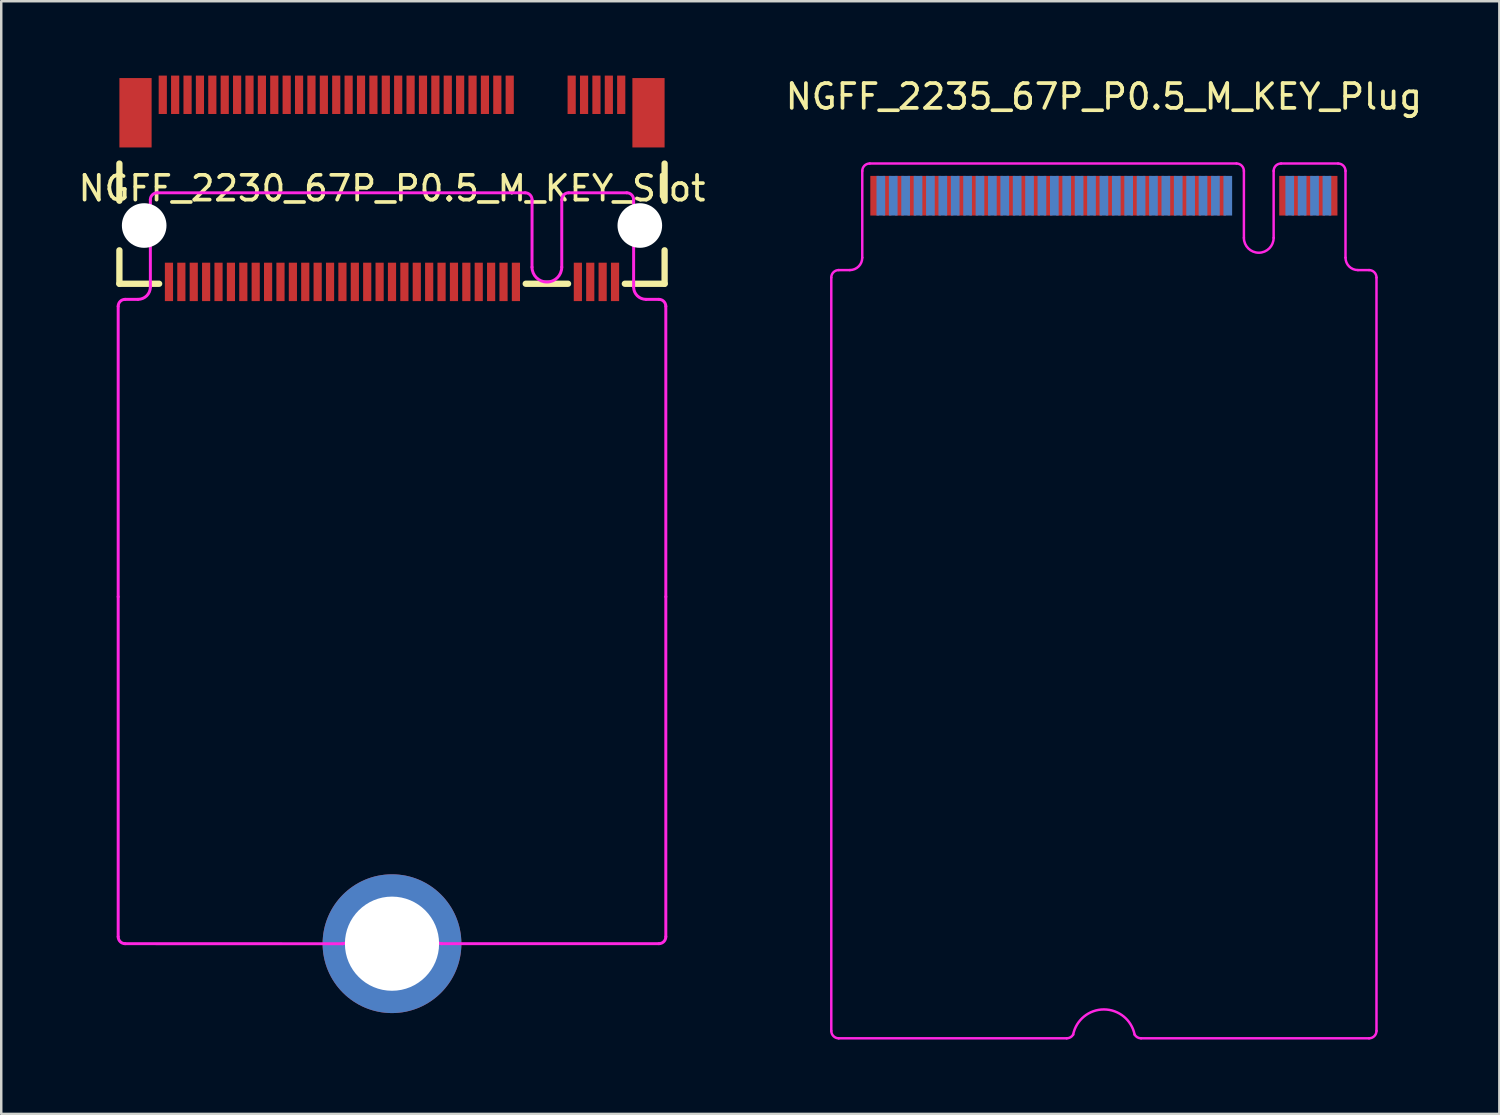
<source format=kicad_pcb>
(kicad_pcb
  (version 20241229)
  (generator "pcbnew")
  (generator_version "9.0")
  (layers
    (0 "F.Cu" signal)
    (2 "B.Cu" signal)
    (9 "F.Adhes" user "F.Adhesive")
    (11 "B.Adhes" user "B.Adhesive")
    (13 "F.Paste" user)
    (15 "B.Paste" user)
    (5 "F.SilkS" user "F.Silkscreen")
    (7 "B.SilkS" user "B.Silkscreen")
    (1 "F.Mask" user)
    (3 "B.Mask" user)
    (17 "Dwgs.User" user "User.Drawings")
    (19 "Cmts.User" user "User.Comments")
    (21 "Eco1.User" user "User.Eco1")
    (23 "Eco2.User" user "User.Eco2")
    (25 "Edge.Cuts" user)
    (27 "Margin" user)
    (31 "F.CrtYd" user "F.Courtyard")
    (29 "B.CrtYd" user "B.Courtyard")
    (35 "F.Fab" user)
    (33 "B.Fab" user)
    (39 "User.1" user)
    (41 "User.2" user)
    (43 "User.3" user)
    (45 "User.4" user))
  (footprint "NGFF_2230_67P_P0.5_M_KEY_Slot"
    (layer "F.Cu")
    (at 12.768 4.55)
    (property "Reference" "NGFF_2230_67P_P0.5_M_KEY_Slot" (at 0 0 0) (layer "F.SilkS") (effects (font (size 1 1) (thickness 0.15))))
    (attr through_hole)
    (fp_line (start -11 0.5) (end -11 -1) (stroke (width 0.254) (type solid)) (layer "F.SilkS"))
    (fp_line (start -11 3.85) (end -11 2.5) (stroke (width 0.254) (type solid)) (layer "F.SilkS"))
    (fp_line (start -11 3.85) (end -9.396 3.85) (stroke (width 0.254) (type solid)) (layer "F.SilkS"))
    (fp_line (start 5.396 3.85) (end 7.104 3.85) (stroke (width 0.254) (type solid)) (layer "F.SilkS"))
    (fp_line (start 9.396 3.85) (end 11 3.85) (stroke (width 0.254) (type solid)) (layer "F.SilkS"))
    (fp_line (start 11 0.5) (end 11 -1) (stroke (width 0.254) (type solid)) (layer "F.SilkS"))
    (fp_line (start 11 3.85) (end 11 2.5) (stroke (width 0.254) (type solid)) (layer "F.SilkS"))
    (fp_line (start -11.049 4.759) (end -11.049 16.48) (stroke (width 0.12) (type solid)) (layer "F.CrtYd"))
    (fp_line (start -11.049 16.48) (end -11.049 30.2) (stroke (width 0.12) (type solid)) (layer "F.CrtYd"))
    (fp_line (start -10.77 30.479) (end -2.004 30.482) (stroke (width 0.12) (type solid)) (layer "F.CrtYd"))
    (fp_line (start -10.25 4.48) (end -10.77 4.48) (stroke (width 0.12) (type solid)) (layer "F.CrtYd"))
    (fp_line (start -9.751 0.459) (end -9.75 3.98) (stroke (width 0.12) (type solid)) (layer "F.CrtYd"))
    (fp_line (start -9.472 0.18) (end 5.372 0.18) (stroke (width 0.12) (type solid)) (layer "F.CrtYd"))
    (fp_line (start 2.004 30.479) (end 10.77 30.479) (stroke (width 0.12) (type solid)) (layer "F.CrtYd"))
    (fp_line (start 5.65 3.18) (end 5.652 0.459) (stroke (width 0.12) (type solid)) (layer "F.CrtYd"))
    (fp_line (start 6.85 3.18) (end 6.85 0.459) (stroke (width 0.12) (type solid)) (layer "F.CrtYd"))
    (fp_line (start 7.13 0.18) (end 9.472 0.18) (stroke (width 0.12) (type solid)) (layer "F.CrtYd"))
    (fp_line (start 9.751 0.459) (end 9.75 3.98) (stroke (width 0.12) (type solid)) (layer "F.CrtYd"))
    (fp_line (start 10.25 4.48) (end 10.77 4.48) (stroke (width 0.12) (type solid)) (layer "F.CrtYd"))
    (fp_line (start 11.049 16.48) (end 11.049 4.757) (stroke (width 0.12) (type solid)) (layer "F.CrtYd"))
    (fp_line (start 11.049 30.2) (end 11.049 16.48) (stroke (width 0.12) (type solid)) (layer "F.CrtYd"))
    (fp_arc (start -11.049 4.75914) (mid -10.967166 4.561574) (end -10.7696 4.47974) (stroke (width 0.12) (type solid)) (layer "F.CrtYd"))
    (fp_arc (start -10.7696 30.47918) (mid -10.967166 30.397346) (end -11.049 30.19978) (stroke (width 0.12) (type solid)) (layer "F.CrtYd"))
    (fp_arc (start -9.75106 0.45892) (mid -9.669226 0.261354) (end -9.47166 0.17952) (stroke (width 0.12) (type solid)) (layer "F.CrtYd"))
    (fp_arc (start -9.75 3.98) (mid -9.896447 4.333553) (end -10.25 4.48) (stroke (width 0.12) (type solid)) (layer "F.CrtYd"))
    (fp_arc (start -1.72506 30.202256) (mid -0.001254 28.732724) (end 1.72466 30.19978) (stroke (width 0.12) (type solid)) (layer "F.CrtYd"))
    (fp_arc (start -1.72466 30.20232) (mid -1.806494 30.399886) (end -2.00406 30.48172) (stroke (width 0.12) (type solid)) (layer "F.CrtYd"))
    (fp_arc (start 2.00406 30.47918) (mid 1.806494 30.397346) (end 1.72466 30.19978) (stroke (width 0.12) (type solid)) (layer "F.CrtYd"))
    (fp_arc (start 5.3721 0.17952) (mid 5.569666 0.261354) (end 5.6515 0.45892) (stroke (width 0.12) (type solid)) (layer "F.CrtYd"))
    (fp_arc (start 6.85 3.18) (mid 6.25 3.78) (end 5.65 3.18) (stroke (width 0.12) (type solid)) (layer "F.CrtYd"))
    (fp_arc (start 6.85038 0.45892) (mid 6.932214 0.261354) (end 7.12978 0.17952) (stroke (width 0.12) (type solid)) (layer "F.CrtYd"))
    (fp_arc (start 9.47166 0.17952) (mid 9.669226 0.261354) (end 9.75106 0.45892) (stroke (width 0.12) (type solid)) (layer "F.CrtYd"))
    (fp_arc (start 10.25 4.48) (mid 9.896447 4.333553) (end 9.75 3.98) (stroke (width 0.12) (type solid)) (layer "F.CrtYd"))
    (fp_arc (start 10.7696 4.48) (mid 10.967166 4.561834) (end 11.049 4.7594) (stroke (width 0.12) (type solid)) (layer "F.CrtYd"))
    (fp_arc (start 11.049 30.19978) (mid 10.967166 30.397346) (end 10.7696 30.47918) (stroke (width 0.12) (type solid)) (layer "F.CrtYd"))
    (pad "" np_thru_hole circle (at -10 1.5) (size 1.8 1.8) (drill 1.8) (layers "*.Cu" "*.Mask"))
    (pad "" np_thru_hole circle (at 10 1.5) (size 1.8 1.8) (drill 1.8) (layers "*.Cu" "*.Mask"))
    (pad "1" smd rect (at -9.25 -3.775) (size 0.33 1.55) (layers "F.Cu" "F.Mask" "F.Paste"))
    (pad "2" smd rect (at -9 3.775) (size 0.33 1.55) (layers "F.Cu" "F.Mask" "F.Paste"))
    (pad "3" smd rect (at -8.75 -3.775) (size 0.33 1.55) (layers "F.Cu" "F.Mask" "F.Paste"))
    (pad "4" smd rect (at -8.5 3.775) (size 0.33 1.55) (layers "F.Cu" "F.Mask" "F.Paste"))
    (pad "5" smd rect (at -8.25 -3.775) (size 0.33 1.55) (layers "F.Cu" "F.Mask" "F.Paste"))
    (pad "6" smd rect (at -8 3.775) (size 0.33 1.55) (layers "F.Cu" "F.Mask" "F.Paste"))
    (pad "7" smd rect (at -7.75 -3.775) (size 0.33 1.55) (layers "F.Cu" "F.Mask" "F.Paste"))
    (pad "8" smd rect (at -7.5 3.775) (size 0.33 1.55) (layers "F.Cu" "F.Mask" "F.Paste"))
    (pad "9" smd rect (at -7.25 -3.775) (size 0.33 1.55) (layers "F.Cu" "F.Mask" "F.Paste"))
    (pad "10" smd rect (at -7 3.775) (size 0.33 1.55) (layers "F.Cu" "F.Mask" "F.Paste"))
    (pad "11" smd rect (at -6.75 -3.775) (size 0.33 1.55) (layers "F.Cu" "F.Mask" "F.Paste"))
    (pad "12" smd rect (at -6.5 3.775) (size 0.33 1.55) (layers "F.Cu" "F.Mask" "F.Paste"))
    (pad "13" smd rect (at -6.25 -3.775) (size 0.33 1.55) (layers "F.Cu" "F.Mask" "F.Paste"))
    (pad "14" smd rect (at -6 3.775) (size 0.33 1.55) (layers "F.Cu" "F.Mask" "F.Paste"))
    (pad "15" smd rect (at -5.75 -3.775) (size 0.33 1.55) (layers "F.Cu" "F.Mask" "F.Paste"))
    (pad "16" smd rect (at -5.5 3.775) (size 0.33 1.55) (layers "F.Cu" "F.Mask" "F.Paste"))
    (pad "17" smd rect (at -5.25 -3.775) (size 0.33 1.55) (layers "F.Cu" "F.Mask" "F.Paste"))
    (pad "18" smd rect (at -5 3.775) (size 0.33 1.55) (layers "F.Cu" "F.Mask" "F.Paste"))
    (pad "19" smd rect (at -4.75 -3.775) (size 0.33 1.55) (layers "F.Cu" "F.Mask" "F.Paste"))
    (pad "20" smd rect (at -4.5 3.775) (size 0.33 1.55) (layers "F.Cu" "F.Mask" "F.Paste"))
    (pad "21" smd rect (at -4.25 -3.775) (size 0.33 1.55) (layers "F.Cu" "F.Mask" "F.Paste"))
    (pad "22" smd rect (at -4 3.775) (size 0.33 1.55) (layers "F.Cu" "F.Mask" "F.Paste"))
    (pad "23" smd rect (at -3.75 -3.775) (size 0.33 1.55) (layers "F.Cu" "F.Mask" "F.Paste"))
    (pad "24" smd rect (at -3.5 3.775) (size 0.33 1.55) (layers "F.Cu" "F.Mask" "F.Paste"))
    (pad "25" smd rect (at -3.25 -3.775) (size 0.33 1.55) (layers "F.Cu" "F.Mask" "F.Paste"))
    (pad "26" smd rect (at -3 3.775) (size 0.33 1.55) (layers "F.Cu" "F.Mask" "F.Paste"))
    (pad "27" smd rect (at -2.75 -3.775) (size 0.33 1.55) (layers "F.Cu" "F.Mask" "F.Paste"))
    (pad "28" smd rect (at -2.5 3.775) (size 0.33 1.55) (layers "F.Cu" "F.Mask" "F.Paste"))
    (pad "29" smd rect (at -2.25 -3.775) (size 0.33 1.55) (layers "F.Cu" "F.Mask" "F.Paste"))
    (pad "30" smd rect (at -2 3.775) (size 0.33 1.55) (layers "F.Cu" "F.Mask" "F.Paste"))
    (pad "31" smd rect (at -1.75 -3.775) (size 0.33 1.55) (layers "F.Cu" "F.Mask" "F.Paste"))
    (pad "32" smd rect (at -1.5 3.775) (size 0.33 1.55) (layers "F.Cu" "F.Mask" "F.Paste"))
    (pad "33" smd rect (at -1.25 -3.775) (size 0.33 1.55) (layers "F.Cu" "F.Mask" "F.Paste"))
    (pad "34" smd rect (at -1 3.775) (size 0.33 1.55) (layers "F.Cu" "F.Mask" "F.Paste"))
    (pad "35" smd rect (at -0.75 -3.775) (size 0.33 1.55) (layers "F.Cu" "F.Mask" "F.Paste"))
    (pad "36" smd rect (at -0.5 3.775) (size 0.33 1.55) (layers "F.Cu" "F.Mask" "F.Paste"))
    (pad "37" smd rect (at -0.25 -3.775) (size 0.33 1.55) (layers "F.Cu" "F.Mask" "F.Paste"))
    (pad "38" smd rect (at 0 3.775) (size 0.33 1.55) (layers "F.Cu" "F.Mask" "F.Paste"))
    (pad "39" smd rect (at 0.25 -3.775) (size 0.33 1.55) (layers "F.Cu" "F.Mask" "F.Paste"))
    (pad "40" smd rect (at 0.5 3.775) (size 0.33 1.55) (layers "F.Cu" "F.Mask" "F.Paste"))
    (pad "41" smd rect (at 0.75 -3.775) (size 0.33 1.55) (layers "F.Cu" "F.Mask" "F.Paste"))
    (pad "42" smd rect (at 1 3.775) (size 0.33 1.55) (layers "F.Cu" "F.Mask" "F.Paste"))
    (pad "43" smd rect (at 1.25 -3.775) (size 0.33 1.55) (layers "F.Cu" "F.Mask" "F.Paste"))
    (pad "44" smd rect (at 1.5 3.775) (size 0.33 1.55) (layers "F.Cu" "F.Mask" "F.Paste"))
    (pad "45" smd rect (at 1.75 -3.775) (size 0.33 1.55) (layers "F.Cu" "F.Mask" "F.Paste"))
    (pad "46" smd rect (at 2 3.775) (size 0.33 1.55) (layers "F.Cu" "F.Mask" "F.Paste"))
    (pad "47" smd rect (at 2.25 -3.775) (size 0.33 1.55) (layers "F.Cu" "F.Mask" "F.Paste"))
    (pad "48" smd rect (at 2.5 3.775) (size 0.33 1.55) (layers "F.Cu" "F.Mask" "F.Paste"))
    (pad "49" smd rect (at 2.75 -3.775) (size 0.33 1.55) (layers "F.Cu" "F.Mask" "F.Paste"))
    (pad "50" smd rect (at 3 3.775) (size 0.33 1.55) (layers "F.Cu" "F.Mask" "F.Paste"))
    (pad "51" smd rect (at 3.25 -3.775) (size 0.33 1.55) (layers "F.Cu" "F.Mask" "F.Paste"))
    (pad "52" smd rect (at 3.5 3.775) (size 0.33 1.55) (layers "F.Cu" "F.Mask" "F.Paste"))
    (pad "53" smd rect (at 3.75 -3.775) (size 0.33 1.55) (layers "F.Cu" "F.Mask" "F.Paste"))
    (pad "54" smd rect (at 4 3.775) (size 0.33 1.55) (layers "F.Cu" "F.Mask" "F.Paste"))
    (pad "55" smd rect (at 4.25 -3.775) (size 0.33 1.55) (layers "F.Cu" "F.Mask" "F.Paste"))
    (pad "56" smd rect (at 4.5 3.775) (size 0.33 1.55) (layers "F.Cu" "F.Mask" "F.Paste"))
    (pad "57" smd rect (at 4.75 -3.775) (size 0.33 1.55) (layers "F.Cu" "F.Mask" "F.Paste"))
    (pad "58" smd rect (at 5 3.775) (size 0.33 1.55) (layers "F.Cu" "F.Mask" "F.Paste"))
    (pad "67" smd rect (at 7.25 -3.775) (size 0.33 1.55) (layers "F.Cu" "F.Mask" "F.Paste"))
    (pad "68" smd rect (at 7.5 3.775) (size 0.33 1.55) (layers "F.Cu" "F.Mask" "F.Paste"))
    (pad "69" smd rect (at 7.75 -3.775) (size 0.33 1.55) (layers "F.Cu" "F.Mask" "F.Paste"))
    (pad "70" smd rect (at 8 3.775) (size 0.33 1.55) (layers "F.Cu" "F.Mask" "F.Paste"))
    (pad "71" smd rect (at 8.25 -3.775) (size 0.33 1.55) (layers "F.Cu" "F.Mask" "F.Paste"))
    (pad "72" smd rect (at 8.5 3.775) (size 0.33 1.55) (layers "F.Cu" "F.Mask" "F.Paste"))
    (pad "73" smd rect (at 8.75 -3.775) (size 0.33 1.55) (layers "F.Cu" "F.Mask" "F.Paste"))
    (pad "74" smd rect (at 9 3.775) (size 0.33 1.55) (layers "F.Cu" "F.Mask" "F.Paste"))
    (pad "75" smd rect (at 9.25 -3.775) (size 0.33 1.55) (layers "F.Cu" "F.Mask" "F.Paste"))
    (pad "MP" smd rect (at -10.35 -3.05) (size 1.3 2.8) (layers "F.Cu" "F.Mask" "F.Paste"))
    (pad "MP" thru_hole circle (at 0 30.48) (size 5.6 5.6) (drill 3.8) (layers "*.Cu" "*.Mask"))
    (pad "MP" smd rect (at 10.35 -3.05) (size 1.3 2.8) (layers "F.Cu" "F.Mask" "F.Paste")))
  (footprint "NGFF_2235_67P_P0.5_M_KEY_Plug"
    (layer "F.Cu")
    (at 41.494 4.848)
    (property "Reference" "NGFF_2235_67P_P0.5_M_KEY_Plug" (at 0 -4 0) (layer "F.SilkS") (effects (font (size 1 1) (thickness 0.15))))
    (attr smd)
    (fp_line (start -11 3.3) (end -11 33.7) (stroke (width 0.1) (type solid)) (layer "F.CrtYd"))
    (fp_line (start -10.7 34) (end -1.5 34) (stroke (width 0.1) (type solid)) (layer "F.CrtYd"))
    (fp_line (start -10.25 3) (end -10.7 3) (stroke (width 0.1) (type solid)) (layer "F.CrtYd"))
    (fp_line (start -9.75 -1) (end -9.75 2.5) (stroke (width 0.1) (type solid)) (layer "F.CrtYd"))
    (fp_line (start 1.5 34) (end 10.7 34) (stroke (width 0.1) (type solid)) (layer "F.CrtYd"))
    (fp_line (start 5.35 -1.3) (end -9.45 -1.3) (stroke (width 0.1) (type solid)) (layer "F.CrtYd"))
    (fp_line (start 5.65 -1) (end 5.65 1.7) (stroke (width 0.1) (type solid)) (layer "F.CrtYd"))
    (fp_line (start 6.85 -1) (end 6.85 1.7) (stroke (width 0.1) (type solid)) (layer "F.CrtYd"))
    (fp_line (start 7.15 -1.3) (end 9.45 -1.3) (stroke (width 0.1) (type solid)) (layer "F.CrtYd"))
    (fp_line (start 9.75 -1) (end 9.75 2.5) (stroke (width 0.1) (type solid)) (layer "F.CrtYd"))
    (fp_line (start 10.7 3) (end 10.25 3) (stroke (width 0.1) (type solid)) (layer "F.CrtYd"))
    (fp_line (start 11 3.3) (end 11 33.7) (stroke (width 0.1) (type solid)) (layer "F.CrtYd"))
    (fp_arc (start -11 3.3) (mid -10.912132 3.087868) (end -10.7 3) (stroke (width 0.1) (type solid)) (layer "F.CrtYd"))
    (fp_arc (start -10.7 34) (mid -10.912132 33.912132) (end -11 33.7) (stroke (width 0.1) (type solid)) (layer "F.CrtYd"))
    (fp_arc (start -9.75 -1) (mid -9.662132 -1.212132) (end -9.45 -1.3) (stroke (width 0.1) (type solid)) (layer "F.CrtYd"))
    (fp_arc (start -9.75 2.5) (mid -9.896447 2.853553) (end -10.25 3) (stroke (width 0.1) (type solid)) (layer "F.CrtYd"))
    (fp_arc (start -1.240192 33.85) (mid -1.35 33.959808) (end -1.5 34) (stroke (width 0.1) (type solid)) (layer "F.CrtYd"))
    (fp_arc (start -1.240166 33.849872) (mid 0.000065 32.834861) (end 1.240192 33.85) (stroke (width 0.1) (type solid)) (layer "F.CrtYd"))
    (fp_arc (start 1.5 34) (mid 1.35 33.959808) (end 1.240192 33.85) (stroke (width 0.1) (type solid)) (layer "F.CrtYd"))
    (fp_arc (start 5.35 -1.3) (mid 5.562132 -1.212132) (end 5.65 -1) (stroke (width 0.1) (type solid)) (layer "F.CrtYd"))
    (fp_arc (start 6.85 -1) (mid 6.937868 -1.212132) (end 7.15 -1.3) (stroke (width 0.1) (type solid)) (layer "F.CrtYd"))
    (fp_arc (start 6.85 1.7) (mid 6.25 2.3) (end 5.65 1.7) (stroke (width 0.1) (type solid)) (layer "F.CrtYd"))
    (fp_arc (start 9.45 -1.3) (mid 9.662132 -1.212132) (end 9.75 -1) (stroke (width 0.1) (type solid)) (layer "F.CrtYd"))
    (fp_arc (start 10.25 3) (mid 9.896447 2.853553) (end 9.75 2.5) (stroke (width 0.1) (type solid)) (layer "F.CrtYd"))
    (fp_arc (start 10.7 3) (mid 10.912132 3.087868) (end 11 3.3) (stroke (width 0.1) (type solid)) (layer "F.CrtYd"))
    (fp_arc (start 11 33.7) (mid 10.912132 33.912132) (end 10.7 34) (stroke (width 0.1) (type solid)) (layer "F.CrtYd"))
    (pad "1" smd rect (at -9.25 0) (size 0.35 1.6) (layers "F.Cu" "F.Mask" "F.Paste"))
    (pad "2" smd rect (at -9 0) (size 0.35 1.6) (layers "B.Cu" "B.Mask" "B.Paste"))
    (pad "3" smd rect (at -8.75 0) (size 0.35 1.6) (layers "F.Cu" "F.Mask" "F.Paste"))
    (pad "4" smd rect (at -8.5 0) (size 0.35 1.6) (layers "B.Cu" "B.Mask" "B.Paste"))
    (pad "5" smd rect (at -8.25 0) (size 0.35 1.6) (layers "F.Cu" "F.Mask" "F.Paste"))
    (pad "6" smd rect (at -8 0) (size 0.35 1.6) (layers "B.Cu" "B.Mask" "B.Paste"))
    (pad "7" smd rect (at -7.75 0) (size 0.35 1.6) (layers "F.Cu" "F.Mask" "F.Paste"))
    (pad "8" smd rect (at -7.5 0) (size 0.35 1.6) (layers "B.Cu" "B.Mask" "B.Paste"))
    (pad "9" smd rect (at -7.25 0) (size 0.35 1.6) (layers "F.Cu" "F.Mask" "F.Paste"))
    (pad "10" smd rect (at -7 0) (size 0.35 1.6) (layers "B.Cu" "B.Mask" "B.Paste"))
    (pad "11" smd rect (at -6.75 0) (size 0.35 1.6) (layers "F.Cu" "F.Mask" "F.Paste"))
    (pad "12" smd rect (at -6.5 0) (size 0.35 1.6) (layers "B.Cu" "B.Mask" "B.Paste"))
    (pad "13" smd rect (at -6.25 0) (size 0.35 1.6) (layers "F.Cu" "F.Mask" "F.Paste"))
    (pad "14" smd rect (at -6 0) (size 0.35 1.6) (layers "B.Cu" "B.Mask" "B.Paste"))
    (pad "15" smd rect (at -5.75 0) (size 0.35 1.6) (layers "F.Cu" "F.Mask" "F.Paste"))
    (pad "16" smd rect (at -5.5 0) (size 0.35 1.6) (layers "B.Cu" "B.Mask" "B.Paste"))
    (pad "17" smd rect (at -5.25 0) (size 0.35 1.6) (layers "F.Cu" "F.Mask" "F.Paste"))
    (pad "18" smd rect (at -5 0) (size 0.35 1.6) (layers "B.Cu" "B.Mask" "B.Paste"))
    (pad "19" smd rect (at -4.75 0) (size 0.35 1.6) (layers "F.Cu" "F.Mask" "F.Paste"))
    (pad "20" smd rect (at -4.5 0) (size 0.35 1.6) (layers "B.Cu" "B.Mask" "B.Paste"))
    (pad "21" smd rect (at -4.25 0) (size 0.35 1.6) (layers "F.Cu" "F.Mask" "F.Paste"))
    (pad "22" smd rect (at -4 0) (size 0.35 1.6) (layers "B.Cu" "B.Mask" "B.Paste"))
    (pad "23" smd rect (at -3.75 0) (size 0.35 1.6) (layers "F.Cu" "F.Mask" "F.Paste"))
    (pad "24" smd rect (at -3.5 0) (size 0.35 1.6) (layers "B.Cu" "B.Mask" "B.Paste"))
    (pad "25" smd rect (at -3.25 0) (size 0.35 1.6) (layers "F.Cu" "F.Mask" "F.Paste"))
    (pad "26" smd rect (at -3 0) (size 0.35 1.6) (layers "B.Cu" "B.Mask" "B.Paste"))
    (pad "27" smd rect (at -2.75 0) (size 0.35 1.6) (layers "F.Cu" "F.Mask" "F.Paste"))
    (pad "28" smd rect (at -2.5 0) (size 0.35 1.6) (layers "B.Cu" "B.Mask" "B.Paste"))
    (pad "29" smd rect (at -2.25 0) (size 0.35 1.6) (layers "F.Cu" "F.Mask" "F.Paste"))
    (pad "30" smd rect (at -2 0) (size 0.35 1.6) (layers "B.Cu" "B.Mask" "B.Paste"))
    (pad "31" smd rect (at -1.75 0) (size 0.35 1.6) (layers "F.Cu" "F.Mask" "F.Paste"))
    (pad "32" smd rect (at -1.5 0) (size 0.35 1.6) (layers "B.Cu" "B.Mask" "B.Paste"))
    (pad "33" smd rect (at -1.25 0) (size 0.35 1.6) (layers "F.Cu" "F.Mask" "F.Paste"))
    (pad "34" smd rect (at -1 0) (size 0.35 1.6) (layers "B.Cu" "B.Mask" "B.Paste"))
    (pad "35" smd rect (at -0.75 0) (size 0.35 1.6) (layers "F.Cu" "F.Mask" "F.Paste"))
    (pad "36" smd rect (at -0.5 0) (size 0.35 1.6) (layers "B.Cu" "B.Mask" "B.Paste"))
    (pad "37" smd rect (at -0.25 0) (size 0.35 1.6) (layers "F.Cu" "F.Mask" "F.Paste"))
    (pad "38" smd rect (at 0 0) (size 0.35 1.6) (layers "B.Cu" "B.Mask" "B.Paste"))
    (pad "39" smd rect (at 0.25 0) (size 0.35 1.6) (layers "F.Cu" "F.Mask" "F.Paste"))
    (pad "40" smd rect (at 0.5 0) (size 0.35 1.6) (layers "B.Cu" "B.Mask" "B.Paste"))
    (pad "41" smd rect (at 0.75 0) (size 0.35 1.6) (layers "F.Cu" "F.Mask" "F.Paste"))
    (pad "42" smd rect (at 1 0) (size 0.35 1.6) (layers "B.Cu" "B.Mask" "B.Paste"))
    (pad "43" smd rect (at 1.25 0) (size 0.35 1.6) (layers "F.Cu" "F.Mask" "F.Paste"))
    (pad "44" smd rect (at 1.5 0) (size 0.35 1.6) (layers "B.Cu" "B.Mask" "B.Paste"))
    (pad "45" smd rect (at 1.75 0) (size 0.35 1.6) (layers "F.Cu" "F.Mask" "F.Paste"))
    (pad "46" smd rect (at 2 0) (size 0.35 1.6) (layers "B.Cu" "B.Mask" "B.Paste"))
    (pad "47" smd rect (at 2.25 0) (size 0.35 1.6) (layers "F.Cu" "F.Mask" "F.Paste"))
    (pad "48" smd rect (at 2.5 0) (size 0.35 1.6) (layers "B.Cu" "B.Mask" "B.Paste"))
    (pad "49" smd rect (at 2.75 0) (size 0.35 1.6) (layers "F.Cu" "F.Mask" "F.Paste"))
    (pad "50" smd rect (at 3 0) (size 0.35 1.6) (layers "B.Cu" "B.Mask" "B.Paste"))
    (pad "51" smd rect (at 3.25 0) (size 0.35 1.6) (layers "F.Cu" "F.Mask" "F.Paste"))
    (pad "52" smd rect (at 3.5 0) (size 0.35 1.6) (layers "B.Cu" "B.Mask" "B.Paste"))
    (pad "53" smd rect (at 3.75 0) (size 0.35 1.6) (layers "F.Cu" "F.Mask" "F.Paste"))
    (pad "54" smd rect (at 4 0) (size 0.35 1.6) (layers "B.Cu" "B.Mask" "B.Paste"))
    (pad "55" smd rect (at 4.25 0) (size 0.35 1.6) (layers "F.Cu" "F.Mask" "F.Paste"))
    (pad "56" smd rect (at 4.5 0) (size 0.35 1.6) (layers "B.Cu" "B.Mask" "B.Paste"))
    (pad "57" smd rect (at 4.75 0) (size 0.35 1.6) (layers "F.Cu" "F.Mask" "F.Paste"))
    (pad "58" smd rect (at 5 0) (size 0.35 1.6) (layers "B.Cu" "B.Mask" "B.Paste"))
    (pad "67" smd rect (at 7.25 0) (size 0.35 1.6) (layers "F.Cu" "F.Mask" "F.Paste"))
    (pad "68" smd rect (at 7.5 0) (size 0.35 1.6) (layers "B.Cu" "B.Mask" "B.Paste"))
    (pad "69" smd rect (at 7.75 0) (size 0.35 1.6) (layers "F.Cu" "F.Mask" "F.Paste"))
    (pad "70" smd rect (at 8 0) (size 0.35 1.6) (layers "B.Cu" "B.Mask" "B.Paste"))
    (pad "71" smd rect (at 8.25 0) (size 0.35 1.6) (layers "F.Cu" "F.Mask" "F.Paste"))
    (pad "72" smd rect (at 8.5 0) (size 0.35 1.6) (layers "B.Cu" "B.Mask" "B.Paste"))
    (pad "73" smd rect (at 8.75 0) (size 0.35 1.6) (layers "F.Cu" "F.Mask" "F.Paste"))
    (pad "74" smd rect (at 9 0) (size 0.35 1.6) (layers "B.Cu" "B.Mask" "B.Paste"))
    (pad "75" smd rect (at 9.25 0) (size 0.35 1.6) (layers "F.Cu" "F.Mask" "F.Paste")))
  (gr_rect
    (start -3 -3)
    (end 57.452 41.898)
    (stroke (width 0.1) (type default))
    (fill no)
    (layer "Edge.Cuts")))
</source>
